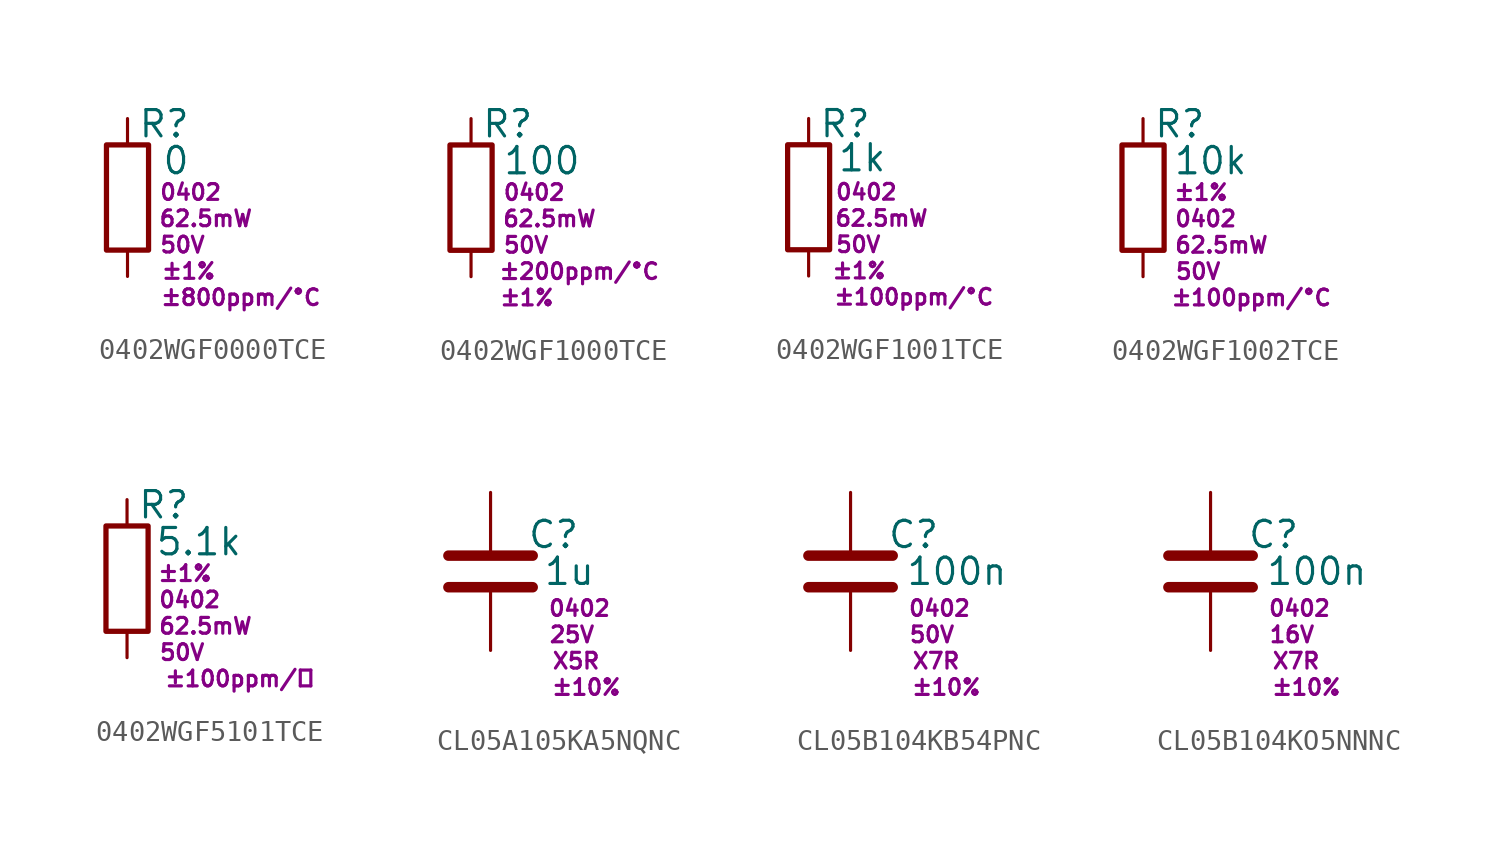
<source format=kicad_sym>
(kicad_symbol_lib
  (version 20220914)
  (generator kicad_symbol_editor)
  (symbol "0402WGF0000TCE"
    (pin_numbers hide)
    (pin_names
      (offset 0))
    (property "Reference" "R"
      (at 3.048 3.556 0)
      (effects (font (size 1.27 1.27)) (justify right)))
    (property "Value" "0"
      (at 3.048 1.778 0)
      (effects (font (size 1.27 1.27)) (justify right)))
    (property "Package" "0402"
      (at 3.048 0.254 0)
      (effects (font (size 0.762 0.762))))
    (property "Power" "62.5mW"
      (at 6.096 -1.016 0)
      (effects (font (size 0.762 0.762)) (justify right)))
    (property "Voltage" "50V"
      (at 3.81 -2.286 0)
      (effects (font (size 0.762 0.762)) (justify right)))
    (property "TOL" "±1%"
      (at 4.318 -3.556 0)
      (effects (font (size 0.762 0.762)) (justify right)))
    (property "TCR" "±800ppm/°C"
      (at 9.398 -4.826 0)
      (effects (font (size 0.762 0.762)) (justify right)))
    (property "Assembly" ""
      (at 8.636 3.556 0)
      (effects (font (size 1.27 1.27)) (justify right)))
    (symbol "0402WGF0000TCE_0_1"
      (rectangle (start -1.016 2.54) (end 1.016 -2.54) (stroke (width 0.254) (type default)) (fill (type none))))
    (symbol "0402WGF0000TCE_1_1"
      (pin passive line (at 0 3.81 270) (length 1.27) (name "~" (effects (font (size 1.27 1.27)))) (number "1" (effects (font (size 1.27 1.27)))))
      (pin passive line (at 0 -3.81 90) (length 1.27) (name "~" (effects (font (size 1.27 1.27)))) (number "2" (effects (font (size 1.27 1.27)))))))
  (symbol "0402WGF1000TCE"
    (pin_numbers hide)
    (pin_names
      (offset 0))
    (property "Reference" "R"
      (at 3.048 3.556 0)
      (effects (font (size 1.27 1.27)) (justify right)))
    (property "Value" "100"
      (at 5.334 1.778 0)
      (effects (font (size 1.27 1.27)) (justify right)))
    (property "Package" "0402"
      (at 3.048 0.254 0)
      (effects (font (size 0.762 0.762))))
    (property "Power" "62.5mW"
      (at 6.096 -1.016 0)
      (effects (font (size 0.762 0.762)) (justify right)))
    (property "Voltage" "50V"
      (at 3.81 -2.286 0)
      (effects (font (size 0.762 0.762)) (justify right)))
    (property "TOL" "±200ppm/°C"
      (at 9.144 -3.556 0)
      (effects (font (size 0.762 0.762)) (justify right)))
    (property "TCR" "±1%"
      (at 4.064 -4.826 0)
      (effects (font (size 0.762 0.762)) (justify right)))
    (property "Assembly" ""
      (at 8.636 3.556 0)
      (effects (font (size 1.27 1.27)) (justify right)))
    (symbol "0402WGF1000TCE_0_1"
      (rectangle (start -1.016 2.54) (end 1.016 -2.54) (stroke (width 0.254) (type default)) (fill (type none))))
    (symbol "0402WGF1000TCE_1_1"
      (pin passive line (at 0 3.81 270) (length 1.27) (name "~" (effects (font (size 1.27 1.27)))) (number "1" (effects (font (size 1.27 1.27)))))
      (pin passive line (at 0 -3.81 90) (length 1.27) (name "~" (effects (font (size 1.27 1.27)))) (number "2" (effects (font (size 1.27 1.27)))))))
  (symbol "0402WGF1001TCE"
    (pin_numbers hide)
    (pin_names
      (offset 0))
    (property "Reference" "R"
      (at 3.048 3.556 0)
      (effects (font (size 1.27 1.27)) (justify right)))
    (property "Value" "1k"
      (at 3.81 1.905 0)
      (effects (font (size 1.27 1.27)) (justify right)))
    (property "Package" "0402"
      (at 2.794 0.254 0)
      (effects (font (size 0.762 0.762))))
    (property "Power" "62.5mW"
      (at 5.842 -1.016 0)
      (effects (font (size 0.762 0.762)) (justify right)))
    (property "Voltage" "50V"
      (at 3.556 -2.286 0)
      (effects (font (size 0.762 0.762)) (justify right)))
    (property "TOL" "±1%"
      (at 3.81 -3.556 0)
      (effects (font (size 0.762 0.762)) (justify right)))
    (property "TCR" "±100ppm/°C"
      (at 9.017 -4.826 0)
      (effects (font (size 0.762 0.762)) (justify right)))
    (property "Assembly" ""
      (at 8.636 3.556 0)
      (effects (font (size 1.27 1.27)) (justify right)))
    (symbol "0402WGF1001TCE_0_1"
      (rectangle (start -1.016 2.54) (end 1.016 -2.54) (stroke (width 0.254) (type default)) (fill (type none))))
    (symbol "0402WGF1001TCE_1_1"
      (pin passive line (at 0 3.81 270) (length 1.27) (name "~" (effects (font (size 1.27 1.27)))) (number "1" (effects (font (size 1.27 1.27)))))
      (pin passive line (at 0 -3.81 90) (length 1.27) (name "~" (effects (font (size 1.27 1.27)))) (number "2" (effects (font (size 1.27 1.27)))))))
  (symbol "0402WGF1002TCE"
    (pin_numbers hide)
    (pin_names
      (offset 0))
    (property "Reference" "R"
      (at 3.048 3.556 0)
      (effects (font (size 1.27 1.27)) (justify right)))
    (property "Value" "10k"
      (at 5.08 1.778 0)
      (effects (font (size 1.27 1.27)) (justify right)))
    (property "TOL" "±1%"
      (at 2.794 0.254 0)
      (effects (font (size 0.762 0.762))))
    (property "Package" "0402"
      (at 4.572 -1.016 0)
      (effects (font (size 0.762 0.762)) (justify right)))
    (property "Power" "62.5mW"
      (at 6.096 -2.286 0)
      (effects (font (size 0.762 0.762)) (justify right)))
    (property "Voltage" "50V"
      (at 3.81 -3.556 0)
      (effects (font (size 0.762 0.762)) (justify right)))
    (property "TCR" "±100ppm/°C"
      (at 9.144 -4.826 0)
      (effects (font (size 0.762 0.762)) (justify right)))
    (property "Assembly" ""
      (at 8.636 3.556 0)
      (effects (font (size 1.27 1.27)) (justify right)))
    (symbol "0402WGF1002TCE_0_1"
      (rectangle (start -1.016 2.54) (end 1.016 -2.54) (stroke (width 0.254) (type default)) (fill (type none))))
    (symbol "0402WGF1002TCE_1_1"
      (pin passive line (at 0 3.81 270) (length 1.27) (name "~" (effects (font (size 1.27 1.27)))) (number "1" (effects (font (size 1.27 1.27)))))
      (pin passive line (at 0 -3.81 90) (length 1.27) (name "~" (effects (font (size 1.27 1.27)))) (number "2" (effects (font (size 1.27 1.27)))))))
  (symbol "0402WGF5101TCE"
    (pin_numbers hide)
    (pin_names
      (offset 0))
    (property "Reference" "R"
      (at 3.048 3.556 0)
      (effects (font (size 1.27 1.27)) (justify right)))
    (property "Value" "5.1k"
      (at 5.588 1.778 0)
      (effects (font (size 1.27 1.27)) (justify right)))
    (property "TOL" "±1%"
      (at 2.794 0.254 0)
      (effects (font (size 0.762 0.762))))
    (property "Package" "0402"
      (at 4.572 -1.016 0)
      (effects (font (size 0.762 0.762)) (justify right)))
    (property "Power" "62.5mW"
      (at 6.096 -2.286 0)
      (effects (font (size 0.762 0.762)) (justify right)))
    (property "Voltage" "50V"
      (at 3.81 -3.556 0)
      (effects (font (size 0.762 0.762)) (justify right)))
    (property "TCR" "±100ppm/℃"
      (at 9.144 -4.826 0)
      (effects (font (size 0.762 0.762)) (justify right)))
    (property "Assembly" ""
      (at 8.636 3.556 0)
      (effects (font (size 1.27 1.27)) (justify right)))
    (symbol "0402WGF5101TCE_0_1"
      (rectangle (start -1.016 2.54) (end 1.016 -2.54) (stroke (width 0.254) (type default)) (fill (type none))))
    (symbol "0402WGF5101TCE_1_1"
      (pin passive line (at 0 3.81 270) (length 1.27) (name "~" (effects (font (size 1.27 1.27)))) (number "1" (effects (font (size 1.27 1.27)))))
      (pin passive line (at 0 -3.81 90) (length 1.27) (name "~" (effects (font (size 1.27 1.27)))) (number "2" (effects (font (size 1.27 1.27)))))))
  (symbol "CL05A105KA5NQNC"
    (pin_numbers hide)
    (pin_names
      (offset 0.254))
    (property "Reference" "C"
      (at 4.318 1.778 0)
      (effects (font (size 1.27 1.27)) (justify right)))
    (property "Value" "1u"
      (at 5.08 0 0)
      (effects (font (size 1.27 1.27)) (justify right)))
    (property "Package" "0402"
      (at 5.842 -1.778 0)
      (effects (font (size 0.762 0.762)) (justify right)))
    (property "Voltage" "25V"
      (at 5.08 -3.048 0)
      (effects (font (size 0.762 0.762)) (justify right)))
    (property "Type" "X5R"
      (at 5.334 -4.318 0)
      (effects (font (size 0.762 0.762)) (justify right)))
    (property "TOL" "±10%"
      (at 6.35 -5.588 0)
      (effects (font (size 0.762 0.762)) (justify right)))
    (property "Assembly" ""
      (at 8.89 1.27 0)
      (effects (font (size 1.27 1.27)) (justify right)))
    (symbol "CL05A105KA5NQNC_0_1"
      (polyline (pts (xy -2.032 -0.762) (xy 2.032 -0.762)) (stroke (width 0.508) (type default)) (fill (type none)))
      (polyline (pts (xy -2.032 0.762) (xy 2.032 0.762)) (stroke (width 0.508) (type default)) (fill (type none))))
    (symbol "CL05A105KA5NQNC_1_1"
      (pin passive line (at 0 3.81 270) (length 2.794) (name "~" (effects (font (size 1.27 1.27)))) (number "1" (effects (font (size 1.27 1.27)))))
      (pin passive line (at 0 -3.81 90) (length 2.794) (name "~" (effects (font (size 1.27 1.27)))) (number "2" (effects (font (size 1.27 1.27)))))))
  (symbol "CL05B104KB54PNC"
    (pin_numbers hide)
    (pin_names
      (offset 0.254))
    (property "Reference" "C"
      (at 4.318 1.778 0)
      (effects (font (size 1.27 1.27)) (justify right)))
    (property "Value" "100n"
      (at 7.62 0 0)
      (effects (font (size 1.27 1.27)) (justify right)))
    (property "Package" "0402"
      (at 5.842 -1.778 0)
      (effects (font (size 0.762 0.762)) (justify right)))
    (property "Voltage" "50V"
      (at 5.08 -3.048 0)
      (effects (font (size 0.762 0.762)) (justify right)))
    (property "Type" "X7R"
      (at 5.334 -4.318 0)
      (effects (font (size 0.762 0.762)) (justify right)))
    (property "TOL" "±10%"
      (at 6.35 -5.588 0)
      (effects (font (size 0.762 0.762)) (justify right)))
    (property "Assembly" ""
      (at 8.89 1.27 0)
      (effects (font (size 1.27 1.27)) (justify right)))
    (symbol "CL05B104KB54PNC_0_1"
      (polyline (pts (xy -2.032 -0.762) (xy 2.032 -0.762)) (stroke (width 0.508) (type default)) (fill (type none)))
      (polyline (pts (xy -2.032 0.762) (xy 2.032 0.762)) (stroke (width 0.508) (type default)) (fill (type none))))
    (symbol "CL05B104KB54PNC_1_1"
      (pin passive line (at 0 3.81 270) (length 2.794) (name "~" (effects (font (size 1.27 1.27)))) (number "1" (effects (font (size 1.27 1.27)))))
      (pin passive line (at 0 -3.81 90) (length 2.794) (name "~" (effects (font (size 1.27 1.27)))) (number "2" (effects (font (size 1.27 1.27)))))))
  (symbol "CL05B104KO5NNNC"
    (pin_numbers hide)
    (pin_names
      (offset 0.254))
    (property "Reference" "C"
      (at 4.318 1.778 0)
      (effects (font (size 1.27 1.27)) (justify right)))
    (property "Value" "100n"
      (at 7.62 0 0)
      (effects (font (size 1.27 1.27)) (justify right)))
    (property "Package" "0402"
      (at 5.842 -1.778 0)
      (effects (font (size 0.762 0.762)) (justify right)))
    (property "Voltage" "16V"
      (at 5.08 -3.048 0)
      (effects (font (size 0.762 0.762)) (justify right)))
    (property "Type" "X7R"
      (at 5.334 -4.318 0)
      (effects (font (size 0.762 0.762)) (justify right)))
    (property "TOL" "±10%"
      (at 6.35 -5.588 0)
      (effects (font (size 0.762 0.762)) (justify right)))
    (property "Assembly" ""
      (at 8.89 1.27 0)
      (effects (font (size 1.27 1.27)) (justify right)))
    (symbol "CL05B104KO5NNNC_0_1"
      (polyline (pts (xy -2.032 -0.762) (xy 2.032 -0.762)) (stroke (width 0.508) (type default)) (fill (type none)))
      (polyline (pts (xy -2.032 0.762) (xy 2.032 0.762)) (stroke (width 0.508) (type default)) (fill (type none))))
    (symbol "CL05B104KO5NNNC_1_1"
      (pin passive line (at 0 3.81 270) (length 2.794) (name "~" (effects (font (size 1.27 1.27)))) (number "1" (effects (font (size 1.27 1.27)))))
      (pin passive line (at 0 -3.81 90) (length 2.794) (name "~" (effects (font (size 1.27 1.27)))) (number "2" (effects (font (size 1.27 1.27))))))))
</source>
